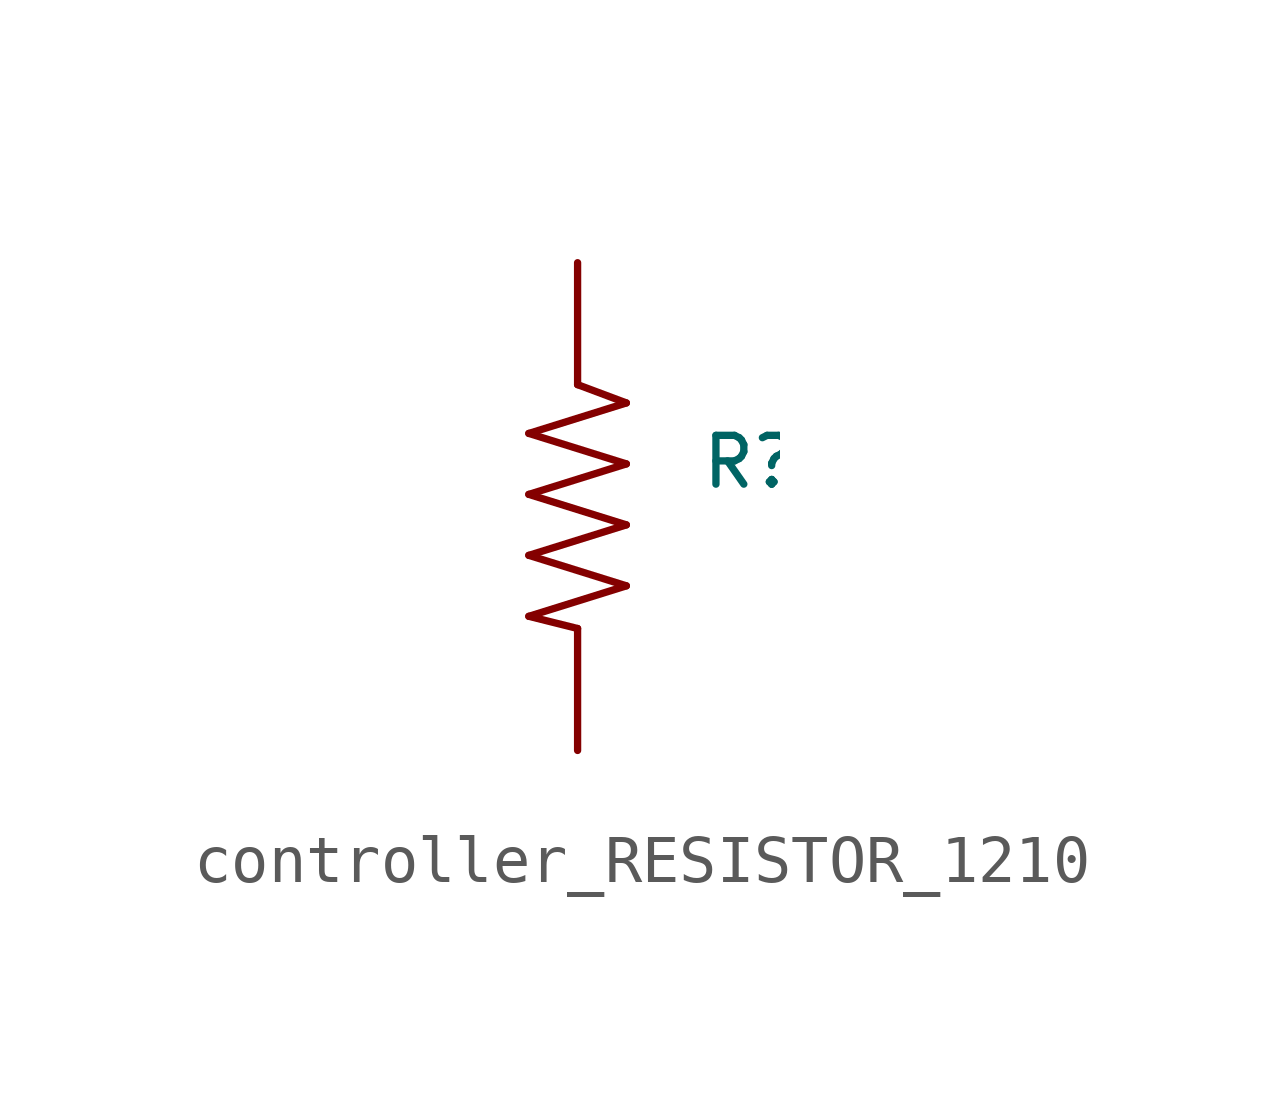
<source format=kicad_sym>
(kicad_symbol_lib
  (version 20241209)
  (generator "kicad_symbol_editor")
  (generator_version "9.0")
  (symbol "controller_RESISTOR_1210"
    (property "Reference" "R"
      (at 2.54 1.524 0)
      (effects (font (size 1.016 1.016)) (justify left top)))
    (property "Value" ""
      (at 2.54 -1.524 0)
      (effects (font (size 1.016 1.016)) (justify left bottom)))
    (property "ki_locked" ""
      (at 0 0 0)
      (effects (font (size 1.27 1.27))))
    (symbol "controller_RESISTOR_1210_1_0"
      (polyline (pts (xy -1.016 1.524) (xy 1.016 0.889)) (stroke (width 0.152) (type solid)) (fill (type none)))
      (polyline (pts (xy -1.016 0.254) (xy 1.016 -0.381)) (stroke (width 0.152) (type solid)) (fill (type none)))
      (polyline (pts (xy -1.016 -1.016) (xy 1.016 -1.651)) (stroke (width 0.152) (type solid)) (fill (type none)))
      (polyline (pts (xy -1.016 -2.286) (xy 0 -2.54)) (stroke (width 0.152) (type solid)) (fill (type none)))
      (polyline (pts (xy 0 2.54) (xy 1.016 2.159)) (stroke (width 0.152) (type solid)) (fill (type none)))
      (polyline (pts (xy 1.016 2.159) (xy -1.016 1.524)) (stroke (width 0.152) (type solid)) (fill (type none)))
      (polyline (pts (xy 1.016 0.889) (xy -1.016 0.254)) (stroke (width 0.152) (type solid)) (fill (type none)))
      (polyline (pts (xy 1.016 -0.381) (xy -1.016 -1.016)) (stroke (width 0.152) (type solid)) (fill (type none)))
      (polyline (pts (xy 1.016 -1.651) (xy -1.016 -2.286)) (stroke (width 0.152) (type solid)) (fill (type none)))
      (pin passive line (at 0 5.08 270) (length 2.54) (name "P$1" (effects (font (size 0 0)))) (number "P$1" (effects (font (size 0 0)))))
      (pin passive line (at 0 -5.08 90) (length 2.54) (name "P$2" (effects (font (size 0 0)))) (number "P$2" (effects (font (size 0 0))))))))
</source>
